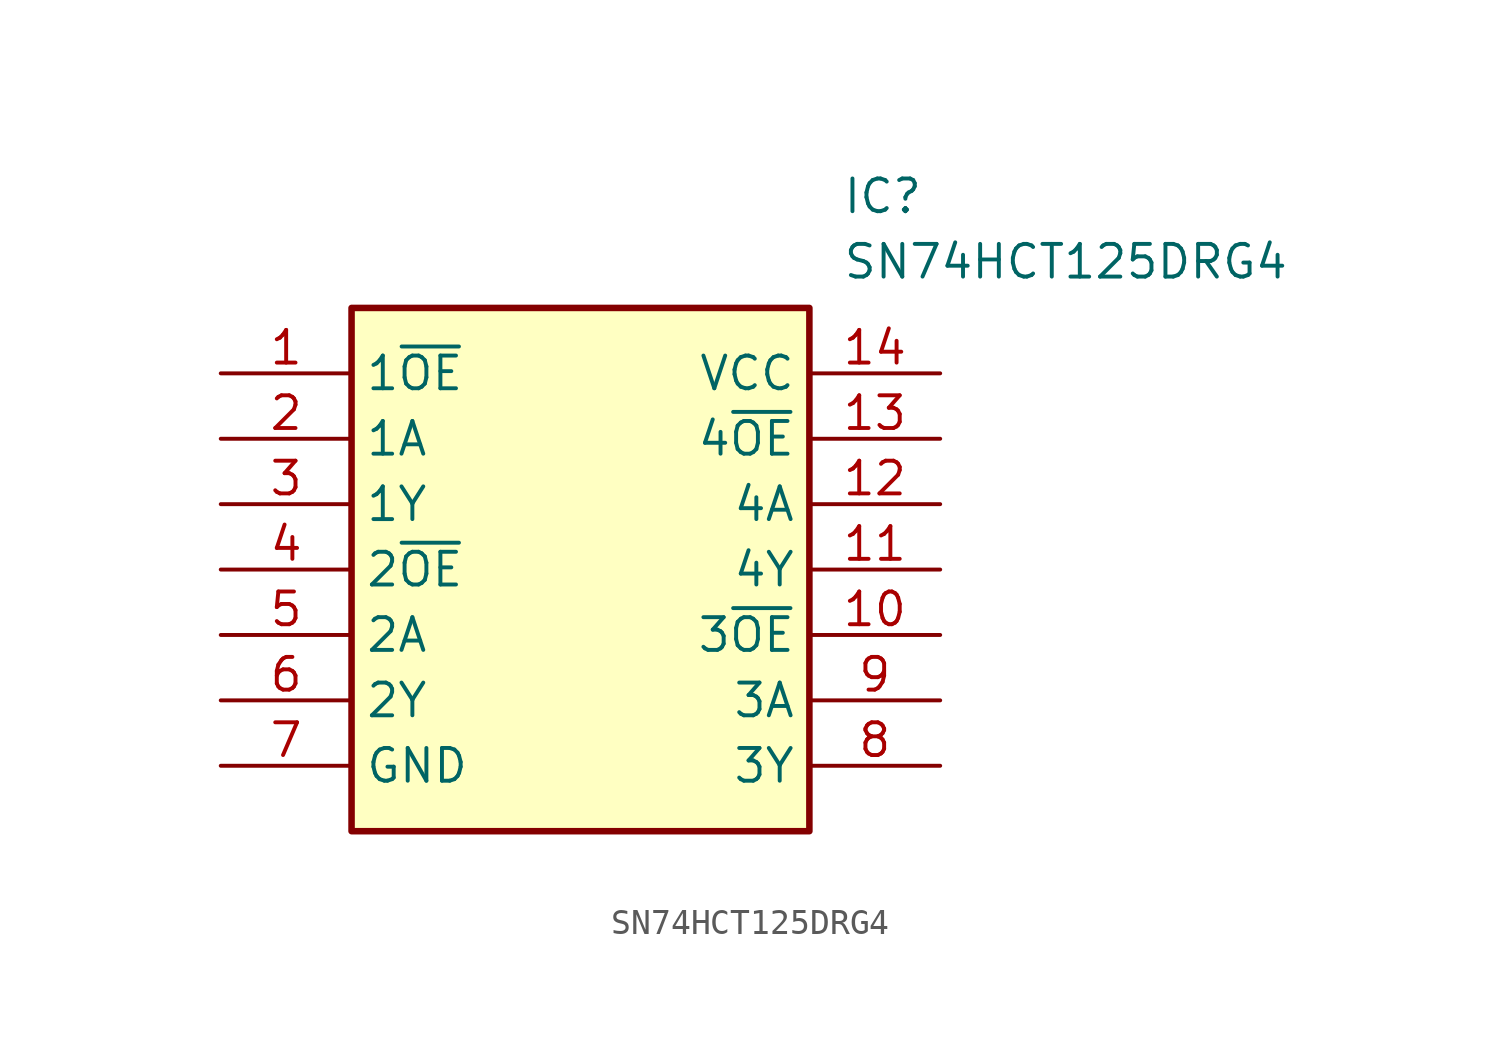
<source format=kicad_sym>
(kicad_symbol_lib
  (version 20211014)
  (generator SamacSys_ECAD_Model)
  (symbol "SN74HCT125DRG4"
    (property "Reference" "IC"
      (at 24.13 7.62 0)
      (effects (font (size 1.27 1.27)) (justify left top)))
    (property "Value" "SN74HCT125DRG4"
      (at 24.13 5.08 0)
      (effects (font (size 1.27 1.27)) (justify left top)))
    (rectangle
      (start 5.08 2.54)
      (end 22.86 -17.78)
      (stroke (width 0.254) (type default))
      (fill (type background)))
    (pin passive line
      (at 0 0 0)
      (length 5.08)
      (name "1~{OE}" (effects (font (size 1.27 1.27))))
      (number "1" (effects (font (size 1.27 1.27)))))
    (pin passive line
      (at 0 -2.54 0)
      (length 5.08)
      (name "1A" (effects (font (size 1.27 1.27))))
      (number "2" (effects (font (size 1.27 1.27)))))
    (pin passive line
      (at 0 -5.08 0)
      (length 5.08)
      (name "1Y" (effects (font (size 1.27 1.27))))
      (number "3" (effects (font (size 1.27 1.27)))))
    (pin passive line
      (at 0 -7.62 0)
      (length 5.08)
      (name "2~{OE}" (effects (font (size 1.27 1.27))))
      (number "4" (effects (font (size 1.27 1.27)))))
    (pin passive line
      (at 0 -10.16 0)
      (length 5.08)
      (name "2A" (effects (font (size 1.27 1.27))))
      (number "5" (effects (font (size 1.27 1.27)))))
    (pin passive line
      (at 0 -12.7 0)
      (length 5.08)
      (name "2Y" (effects (font (size 1.27 1.27))))
      (number "6" (effects (font (size 1.27 1.27)))))
    (pin passive line
      (at 0 -15.24 0)
      (length 5.08)
      (name "GND" (effects (font (size 1.27 1.27))))
      (number "7" (effects (font (size 1.27 1.27)))))
    (pin passive line
      (at 27.94 0 180)
      (length 5.08)
      (name "VCC" (effects (font (size 1.27 1.27))))
      (number "14" (effects (font (size 1.27 1.27)))))
    (pin passive line
      (at 27.94 -2.54 180)
      (length 5.08)
      (name "4~{OE}" (effects (font (size 1.27 1.27))))
      (number "13" (effects (font (size 1.27 1.27)))))
    (pin passive line
      (at 27.94 -5.08 180)
      (length 5.08)
      (name "4A" (effects (font (size 1.27 1.27))))
      (number "12" (effects (font (size 1.27 1.27)))))
    (pin passive line
      (at 27.94 -7.62 180)
      (length 5.08)
      (name "4Y" (effects (font (size 1.27 1.27))))
      (number "11" (effects (font (size 1.27 1.27)))))
    (pin passive line
      (at 27.94 -10.16 180)
      (length 5.08)
      (name "3~{OE}" (effects (font (size 1.27 1.27))))
      (number "10" (effects (font (size 1.27 1.27)))))
    (pin passive line
      (at 27.94 -12.7 180)
      (length 5.08)
      (name "3A" (effects (font (size 1.27 1.27))))
      (number "9" (effects (font (size 1.27 1.27)))))
    (pin passive line
      (at 27.94 -15.24 180)
      (length 5.08)
      (name "3Y" (effects (font (size 1.27 1.27))))
      (number "8" (effects (font (size 1.27 1.27)))))))
</source>
